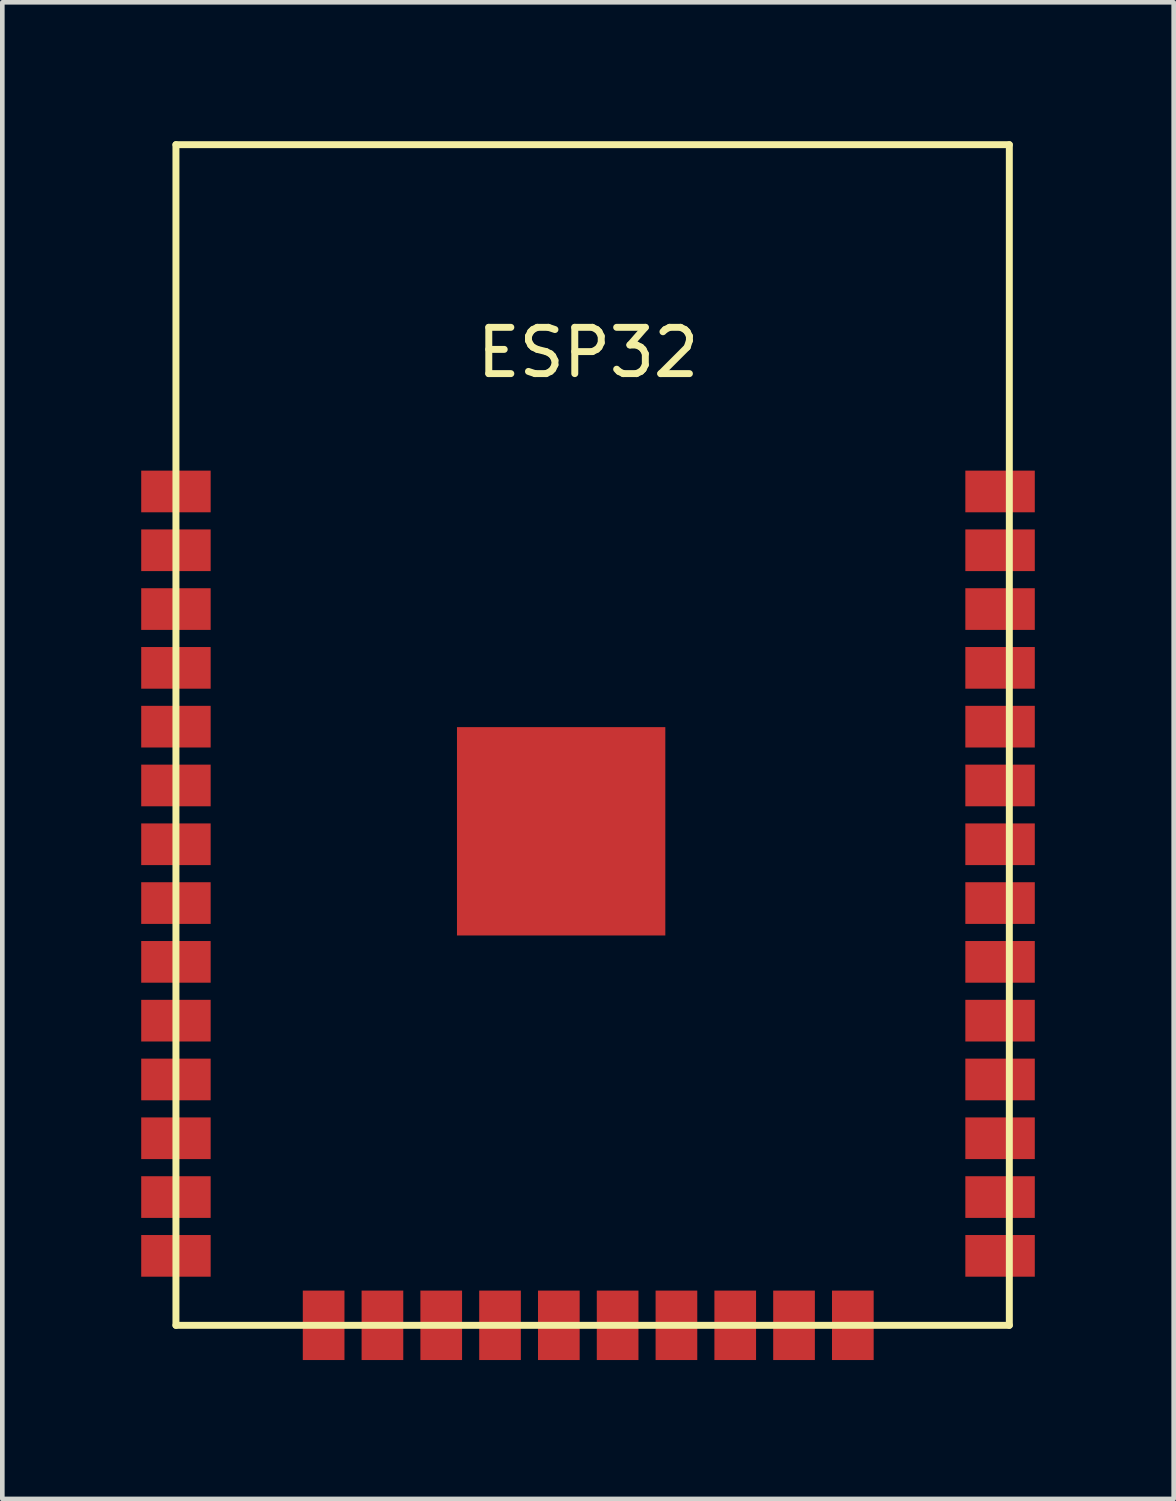
<source format=kicad_pcb>
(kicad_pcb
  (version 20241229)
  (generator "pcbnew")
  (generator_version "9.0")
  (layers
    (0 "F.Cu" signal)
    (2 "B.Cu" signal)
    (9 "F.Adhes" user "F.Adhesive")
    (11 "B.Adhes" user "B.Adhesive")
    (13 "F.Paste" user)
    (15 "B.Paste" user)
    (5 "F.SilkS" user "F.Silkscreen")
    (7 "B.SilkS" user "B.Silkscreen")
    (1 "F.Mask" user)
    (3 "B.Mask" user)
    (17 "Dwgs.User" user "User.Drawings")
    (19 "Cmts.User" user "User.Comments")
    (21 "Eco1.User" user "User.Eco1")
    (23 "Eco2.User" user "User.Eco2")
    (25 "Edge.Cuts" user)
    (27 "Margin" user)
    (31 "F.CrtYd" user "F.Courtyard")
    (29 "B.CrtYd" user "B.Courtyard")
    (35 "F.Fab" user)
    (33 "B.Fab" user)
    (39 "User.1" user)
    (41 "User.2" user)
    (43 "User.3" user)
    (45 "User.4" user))
  (footprint "ESP32"
    (layer "F.Cu")
    (at 9.65 7.565)
    (property "Reference" "ESP32" (at 0 -3 0) (layer "F.SilkS") (effects (font (size 1 1) (thickness 0.15))))
    (attr through_hole)
    (fp_line (start -8.9 -7.49) (end 9.1 -7.49) (stroke (width 0.15) (type solid)) (layer "F.SilkS"))
    (fp_line (start -8.9 18.01) (end -8.9 -7.49) (stroke (width 0.15) (type solid)) (layer "F.SilkS"))
    (fp_line (start 9.1 -7.49) (end 9.1 18.01) (stroke (width 0.15) (type solid)) (layer "F.SilkS"))
    (fp_line (start 9.1 18.01) (end -8.9 18.01) (stroke (width 0.15) (type solid)) (layer "F.SilkS"))
    (pad "1" smd rect (at -8.9 0) (size 1.5 0.9) (layers "F.Cu" "F.Mask" "F.Paste"))
    (pad "2" smd rect (at -8.9 1.27) (size 1.5 0.9) (layers "F.Cu" "F.Mask" "F.Paste"))
    (pad "3" smd rect (at -8.9 2.54) (size 1.5 0.9) (layers "F.Cu" "F.Mask" "F.Paste"))
    (pad "4" smd rect (at -8.9 3.81) (size 1.5 0.9) (layers "F.Cu" "F.Mask" "F.Paste"))
    (pad "5" smd rect (at -8.9 5.08) (size 1.5 0.9) (layers "F.Cu" "F.Mask" "F.Paste"))
    (pad "6" smd rect (at -8.9 6.35) (size 1.5 0.9) (layers "F.Cu" "F.Mask" "F.Paste"))
    (pad "7" smd rect (at -8.9 7.62) (size 1.5 0.9) (layers "F.Cu" "F.Mask" "F.Paste"))
    (pad "8" smd rect (at -8.9 8.89) (size 1.5 0.9) (layers "F.Cu" "F.Mask" "F.Paste"))
    (pad "9" smd rect (at -8.9 10.16) (size 1.5 0.9) (layers "F.Cu" "F.Mask" "F.Paste"))
    (pad "10" smd rect (at -8.9 11.43) (size 1.5 0.9) (layers "F.Cu" "F.Mask" "F.Paste"))
    (pad "11" smd rect (at -8.9 12.7) (size 1.5 0.9) (layers "F.Cu" "F.Mask" "F.Paste"))
    (pad "12" smd rect (at -8.9 13.97) (size 1.5 0.9) (layers "F.Cu" "F.Mask" "F.Paste"))
    (pad "13" smd rect (at -8.9 15.24) (size 1.5 0.9) (layers "F.Cu" "F.Mask" "F.Paste"))
    (pad "14" smd rect (at -8.9 16.51) (size 1.5 0.9) (layers "F.Cu" "F.Mask" "F.Paste"))
    (pad "15" smd rect (at -5.71 18.01 90) (size 1.5 0.9) (layers "F.Cu" "F.Mask" "F.Paste"))
    (pad "16" smd rect (at -4.44 18.01 90) (size 1.5 0.9) (layers "F.Cu" "F.Mask" "F.Paste"))
    (pad "17" smd rect (at -3.17 18.01 90) (size 1.5 0.9) (layers "F.Cu" "F.Mask" "F.Paste"))
    (pad "18" smd rect (at -1.9 18.01 90) (size 1.5 0.9) (layers "F.Cu" "F.Mask" "F.Paste"))
    (pad "19" smd rect (at -0.63 18.01 90) (size 1.5 0.9) (layers "F.Cu" "F.Mask" "F.Paste"))
    (pad "20" smd rect (at 0.64 18.01 90) (size 1.5 0.9) (layers "F.Cu" "F.Mask" "F.Paste"))
    (pad "21" smd rect (at 1.91 18.01 90) (size 1.5 0.9) (layers "F.Cu" "F.Mask" "F.Paste"))
    (pad "22" smd rect (at 3.18 18.01 90) (size 1.5 0.9) (layers "F.Cu" "F.Mask" "F.Paste"))
    (pad "23" smd rect (at 4.45 18.01 90) (size 1.5 0.9) (layers "F.Cu" "F.Mask" "F.Paste"))
    (pad "24" smd rect (at 5.72 18.01 90) (size 1.5 0.9) (layers "F.Cu" "F.Mask" "F.Paste"))
    (pad "25" smd rect (at 8.9 16.51) (size 1.5 0.9) (layers "F.Cu" "F.Mask" "F.Paste"))
    (pad "26" smd rect (at 8.9 15.24) (size 1.5 0.9) (layers "F.Cu" "F.Mask" "F.Paste"))
    (pad "27" smd rect (at 8.9 13.97) (size 1.5 0.9) (layers "F.Cu" "F.Mask" "F.Paste"))
    (pad "28" smd rect (at 8.9 12.7) (size 1.5 0.9) (layers "F.Cu" "F.Mask" "F.Paste"))
    (pad "29" smd rect (at 8.9 11.43) (size 1.5 0.9) (layers "F.Cu" "F.Mask" "F.Paste"))
    (pad "30" smd rect (at 8.9 10.16) (size 1.5 0.9) (layers "F.Cu" "F.Mask" "F.Paste"))
    (pad "31" smd rect (at 8.9 8.89) (size 1.5 0.9) (layers "F.Cu" "F.Mask" "F.Paste"))
    (pad "32" smd rect (at 8.9 7.62) (size 1.5 0.9) (layers "F.Cu" "F.Mask" "F.Paste"))
    (pad "33" smd rect (at 8.9 6.35) (size 1.5 0.9) (layers "F.Cu" "F.Mask" "F.Paste"))
    (pad "34" smd rect (at 8.9 5.08) (size 1.5 0.9) (layers "F.Cu" "F.Mask" "F.Paste"))
    (pad "35" smd rect (at 8.9 3.81) (size 1.5 0.9) (layers "F.Cu" "F.Mask" "F.Paste"))
    (pad "36" smd rect (at 8.9 2.54) (size 1.5 0.9) (layers "F.Cu" "F.Mask" "F.Paste"))
    (pad "37" smd rect (at 8.9 1.27) (size 1.5 0.9) (layers "F.Cu" "F.Mask" "F.Paste"))
    (pad "38" smd rect (at 8.9 0) (size 1.5 0.9) (layers "F.Cu" "F.Mask" "F.Paste"))
    (pad "GND" smd rect (at -0.58 7.34) (size 4.5 4.5) (layers "F.Cu" "F.Mask" "F.Paste")))
  (gr_rect
    (start -3 -3)
    (end 22.3 29.325)
    (stroke (width 0.1) (type default))
    (fill no)
    (layer "Edge.Cuts")))
</source>
